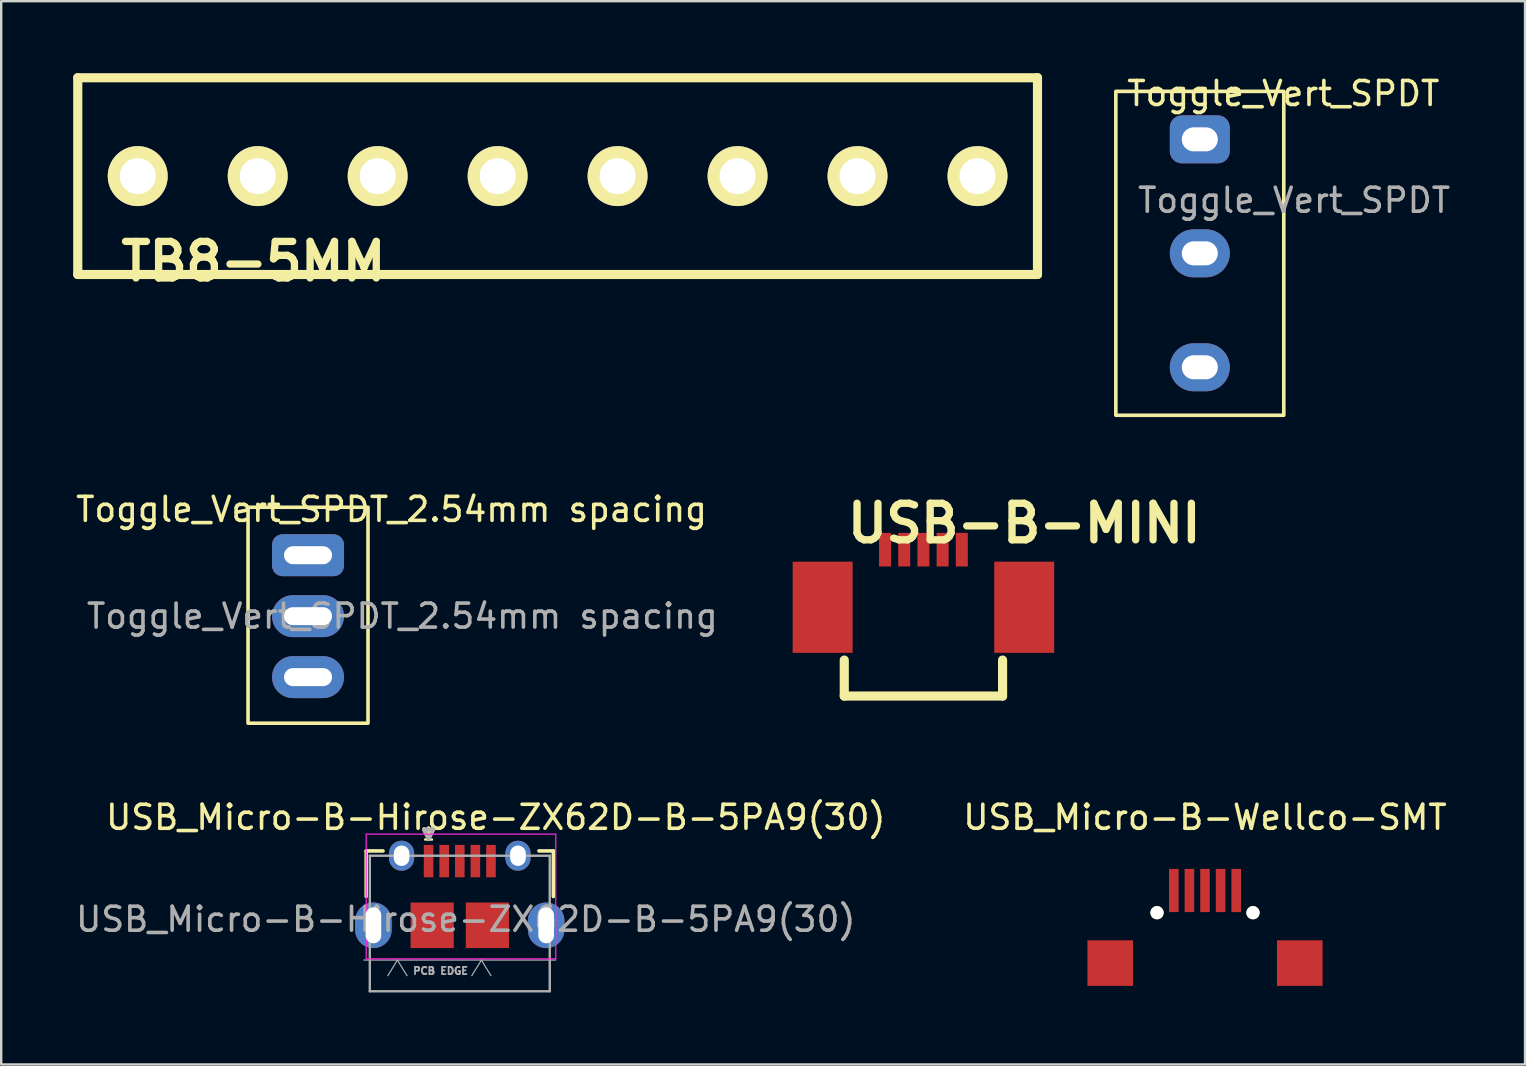
<source format=kicad_pcb>
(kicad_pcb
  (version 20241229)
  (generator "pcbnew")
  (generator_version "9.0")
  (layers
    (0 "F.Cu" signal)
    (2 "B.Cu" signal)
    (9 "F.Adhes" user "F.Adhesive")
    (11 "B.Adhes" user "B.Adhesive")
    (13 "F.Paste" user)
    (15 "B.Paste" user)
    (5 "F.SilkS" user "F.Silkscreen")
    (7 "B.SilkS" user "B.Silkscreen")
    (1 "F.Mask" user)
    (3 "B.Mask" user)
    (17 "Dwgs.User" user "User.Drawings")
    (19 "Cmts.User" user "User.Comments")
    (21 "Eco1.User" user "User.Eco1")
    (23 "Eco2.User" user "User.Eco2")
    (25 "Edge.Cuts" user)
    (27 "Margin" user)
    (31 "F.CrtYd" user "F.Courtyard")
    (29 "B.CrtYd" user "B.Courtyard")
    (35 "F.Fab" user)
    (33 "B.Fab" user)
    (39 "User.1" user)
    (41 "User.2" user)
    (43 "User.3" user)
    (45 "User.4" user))
  (footprint "USB_Micro-B-Wellco-SMT"
    (layer "F.Cu")
    (at 47.173 34.465)
    (property "Reference" "USB_Micro-B-Wellco-SMT" (at 0 -3.45 0) (layer "F.SilkS") (effects (font (size 1 1) (thickness 0.15))))
    (attr smd)
    (pad "" np_thru_hole circle (at -2 0.525 90) (size 0.55 0.55) (drill 0.55) (layers "*.Cu" "*.Mask" "F.SilkS"))
    (pad "" np_thru_hole circle (at 2 0.525 90) (size 0.55 0.55) (drill oval 0.55) (layers "*.Cu" "*.Mask" "F.SilkS"))
    (pad "1" smd rect (at -1.3 -0.4) (size 0.4 1.8) (layers "F.Cu" "F.Mask" "F.Paste"))
    (pad "2" smd rect (at -0.65 -0.4) (size 0.4 1.8) (layers "F.Cu" "F.Mask" "F.Paste"))
    (pad "3" smd rect (at 0 -0.4) (size 0.4 1.8) (layers "F.Cu" "F.Mask" "F.Paste"))
    (pad "4" smd rect (at 0.65 -0.4) (size 0.4 1.8) (layers "F.Cu" "F.Mask" "F.Paste"))
    (pad "5" smd rect (at 1.3 -0.4) (size 0.4 1.8) (layers "F.Cu" "F.Mask" "F.Paste"))
    (pad "6" smd rect (at 3.95 2.625 90) (size 1.9 1.9) (layers "F.Cu" "F.Mask" "F.Paste"))
    (pad "7" smd rect (at -3.95 2.625 90) (size 1.9 1.9) (layers "F.Cu" "F.Mask" "F.Paste")))
  (footprint "Toggle_Vert_SPDT_2.54mm spacing"
    (layer "F.Cu")
    (at 9.788 20.091)
    (property "Reference" "Toggle_Vert_SPDT_2.54mm spacing" (at 3.48 -1.91 180) (layer "F.SilkS") (effects (font (size 1 1) (thickness 0.15))))
    (attr through_hole)
    (fp_rect (start -2.5 -2) (end 2.5 7) (stroke (width 0.15) (type solid)) (fill no) (layer "F.SilkS"))
    (fp_text user "${REFERENCE}" (at 3.93 2.54 180) (layer "F.Fab") (effects (font (size 1 1) (thickness 0.15))))
    (pad "1" thru_hole roundrect (at 0 0 180) (size 3 1.75) (drill oval 2 0.75) (layers "*.Cu" "*.Mask") (roundrect_rratio 0.25))
    (pad "2" thru_hole oval (at 0 2.54 180) (size 3 1.75) (drill oval 2 0.75) (layers "*.Cu" "*.Mask"))
    (pad "3" thru_hole oval (at 0 5.08 180) (size 3 1.75) (drill oval 2 0.75) (layers "*.Cu" "*.Mask")))
  (footprint "USB_Micro-B-Hirose-ZX62D-B-5PA9(30)"
    (layer "F.Cu")
    (at 16.113 35.515)
    (property "Reference" "USB_Micro-B-Hirose-ZX62D-B-5PA9(30)" (at 1.5 -4.5 0) (layer "F.SilkS") (effects (font (size 1 1) (thickness 0.15))))
    (attr through_hole)
    (fp_line (start -3.9 -3.1) (end -3.9 -1.2) (stroke (width 0.15) (type solid)) (layer "F.SilkS"))
    (fp_line (start -3.9 -3.1) (end -3.2 -3.1) (stroke (width 0.15) (type solid)) (layer "F.SilkS"))
    (fp_line (start -1.5 -4) (end -1.3 -3.6) (stroke (width 0.15) (type solid)) (layer "F.SilkS"))
    (fp_line (start -1.3 -3.6) (end -1.1 -4) (stroke (width 0.15) (type solid)) (layer "F.SilkS"))
    (fp_line (start -1.1 -4) (end -1.5 -4) (stroke (width 0.15) (type solid)) (layer "F.SilkS"))
    (fp_line (start 3.3 -3.1) (end 3.9 -3.1) (stroke (width 0.15) (type solid)) (layer "F.SilkS"))
    (fp_line (start 3.9 -3.1) (end 3.9 -1.2) (stroke (width 0.15) (type solid)) (layer "F.SilkS"))
    (fp_line (start -3.9 -3.8) (end 4 -3.8) (stroke (width 0.05) (type solid)) (layer "F.CrtYd"))
    (fp_line (start -3.9 1.4) (end -3.9 -3.8) (stroke (width 0.05) (type solid)) (layer "F.CrtYd"))
    (fp_line (start 4 -3.8) (end 4 1.4) (stroke (width 0.05) (type solid)) (layer "F.CrtYd"))
    (fp_line (start 4 1.4) (end -3.9 1.4) (stroke (width 0.05) (type solid)) (layer "F.CrtYd"))
    (fp_line (start -4 1.45) (end 4 1.45) (stroke (width 0.05) (type solid)) (layer "F.Fab"))
    (fp_line (start -3.75 -2.9) (end 3.75 -2.9) (stroke (width 0.1) (type solid)) (layer "F.Fab"))
    (fp_line (start -3.75 2.75) (end -3.75 -2.9) (stroke (width 0.1) (type solid)) (layer "F.Fab"))
    (fp_line (start -3 2.1) (end -2.6 1.45) (stroke (width 0.05) (type solid)) (layer "F.Fab"))
    (fp_line (start -2.6 1.45) (end -2.2 2.1) (stroke (width 0.05) (type solid)) (layer "F.Fab"))
    (fp_line (start -1.5 -4) (end -1.1 -4) (stroke (width 0.15) (type solid)) (layer "F.Fab"))
    (fp_line (start -1.3 -3.6) (end -1.5 -4) (stroke (width 0.15) (type solid)) (layer "F.Fab"))
    (fp_line (start -1.1 -4) (end -1.3 -3.6) (stroke (width 0.15) (type solid)) (layer "F.Fab"))
    (fp_line (start 0.5 2.1) (end 0.9 1.45) (stroke (width 0.05) (type solid)) (layer "F.Fab"))
    (fp_line (start 0.9 1.45) (end 1.3 2.1) (stroke (width 0.05) (type solid)) (layer "F.Fab"))
    (fp_line (start 3.75 -2.9) (end 3.75 2.75) (stroke (width 0.1) (type solid)) (layer "F.Fab"))
    (fp_line (start 3.75 2.75) (end -3.75 2.75) (stroke (width 0.1) (type solid)) (layer "F.Fab"))
    (fp_text user "1" (at -1.3 -3.8 0) (layer "F.SilkS") (effects (font (size 0.5 0.5) (thickness 0.1))))
    (fp_text user "${REFERENCE}" (at 0.25 -0.25 0) (layer "F.Fab") (effects (font (size 1 1) (thickness 0.15))))
    (fp_text user "PCB EDGE" (at -0.8 1.9 0) (layer "F.Fab") (effects (font (size 0.3 0.3) (thickness 0.075))))
    (pad "" smd rect (at -1.15 0) (size 1.8 1.9) (layers "F.Cu" "F.Mask" "F.Paste"))
    (pad "" smd rect (at 1.15 0) (size 1.8 1.9) (layers "F.Cu" "F.Mask" "F.Paste"))
    (pad "1" smd rect (at -1.3 -2.675) (size 0.4 1.35) (layers "F.Cu" "F.Mask" "F.Paste"))
    (pad "2" smd rect (at -0.65 -2.675) (size 0.4 1.35) (layers "F.Cu" "F.Mask" "F.Paste"))
    (pad "3" smd rect (at 0 -2.675) (size 0.4 1.35) (layers "F.Cu" "F.Mask" "F.Paste"))
    (pad "4" smd rect (at 0.65 -2.675) (size 0.4 1.35) (layers "F.Cu" "F.Mask" "F.Paste"))
    (pad "5" smd rect (at 1.3 -2.675) (size 0.4 1.35) (layers "F.Cu" "F.Mask" "F.Paste"))
    (pad "6" thru_hole oval (at -3.6 0) (size 1.524 1.9) (drill oval 0.65 1.5) (layers "*.Cu" "*.Mask"))
    (pad "7" thru_hole oval (at -2.425 -2.9) (size 1.05 1.25) (drill oval 0.65 0.85) (layers "*.Cu" "*.Mask"))
    (pad "8" thru_hole oval (at 2.425 -2.9) (size 1.05 1.25) (drill oval 0.65 0.85) (layers "*.Cu" "*.Mask"))
    (pad "9" thru_hole oval (at 3.6 0) (size 1.524 1.9) (drill oval 0.65 1.5) (layers "*.Cu" "*.Mask")))
  (footprint "Toggle_Vert_SPDT"
    (layer "F.Cu")
    (at 46.956 2.758)
    (property "Reference" "Toggle_Vert_SPDT" (at 3.48 -1.91 180) (layer "F.SilkS") (effects (font (size 1 1) (thickness 0.15))))
    (attr through_hole)
    (fp_rect (start -3.5 -2) (end 3.5 11.5) (stroke (width 0.15) (type solid)) (fill no) (layer "F.SilkS"))
    (fp_text user "${REFERENCE}" (at 3.93 2.54 180) (layer "F.Fab") (effects (font (size 1 1) (thickness 0.15))))
    (pad "1" thru_hole roundrect (at 0 0 180) (size 2.5 2) (drill oval 1.5 1) (layers "*.Cu" "*.Mask") (roundrect_rratio 0.25))
    (pad "2" thru_hole oval (at 0 4.75 180) (size 2.5 2) (drill oval 1.5 1) (layers "*.Cu" "*.Mask"))
    (pad "3" thru_hole oval (at 0 9.5 180) (size 2.5 2) (drill oval 1.5 1) (layers "*.Cu" "*.Mask")))
  (footprint "USB-B-MINI"
    (layer "F.Cu")
    (at 35.437 25.961)
    (property "Reference" "USB-B-MINI" (at 4.201 -7.201 0) (layer "F.SilkS") (effects (font (size 1.524 1.524) (thickness 0.305))))
    (attr through_hole)
    (fp_line (start -3.299 0) (end -3.299 -1.501) (stroke (width 0.381) (type solid)) (layer "F.SilkS"))
    (fp_line (start -3.299 0) (end 3.299 0) (stroke (width 0.381) (type solid)) (layer "F.SilkS"))
    (fp_line (start 3.299 0) (end 3.299 -1.501) (stroke (width 0.381) (type solid)) (layer "F.SilkS"))
    (pad "1" smd rect (at -1.6 -6.101) (size 0.5 1.4) (layers "F.Cu" "F.Mask" "F.Paste"))
    (pad "2" smd rect (at -0.8 -6.101) (size 0.5 1.4) (layers "F.Cu" "F.Mask" "F.Paste"))
    (pad "3" smd rect (at 0 -6.101) (size 0.5 1.4) (layers "F.Cu" "F.Mask" "F.Paste"))
    (pad "4" smd rect (at 1.6 -6.101) (size 0.5 1.4) (layers "F.Cu" "F.Mask" "F.Paste"))
    (pad "G1" smd rect (at -4.201 -3.701) (size 2.499 3.8) (layers "F.Cu" "F.Mask" "F.Paste"))
    (pad "G2" smd rect (at 4.201 -3.701) (size 2.499 3.8) (layers "F.Cu" "F.Mask" "F.Paste"))
    (pad "NC" smd rect (at 0.8 -6.101) (size 0.5 1.4) (layers "F.Cu" "F.Mask" "F.Paste")))
  (footprint "TB8-5MM"
    (layer "F.Cu")
    (at 2.69 4.29)
    (property "Reference" "TB8-5MM" (at 4.826 3.556 0) (layer "F.SilkS") (effects (font (size 1.524 1.524) (thickness 0.305))))
    (attr through_hole)
    (fp_line (start -2.499 -4.1) (end 37.501 -4.1) (stroke (width 0.381) (type solid)) (layer "F.SilkS"))
    (fp_line (start -2.499 4.1) (end -2.499 -4.1) (stroke (width 0.381) (type solid)) (layer "F.SilkS"))
    (fp_line (start 37.501 -4.1) (end 37.501 4.1) (stroke (width 0.381) (type solid)) (layer "F.SilkS"))
    (fp_line (start 37.501 4.1) (end -2.499 4.1) (stroke (width 0.381) (type solid)) (layer "F.SilkS"))
    (pad "1" thru_hole circle (at 0 0) (size 2.499 2.499) (drill 1.501) (layers "*.Cu" "*.Mask" "F.SilkS"))
    (pad "2" thru_hole circle (at 5.001 0) (size 2.499 2.499) (drill 1.501) (layers "*.Cu" "*.Mask" "F.SilkS"))
    (pad "3" thru_hole circle (at 10 0) (size 2.499 2.499) (drill 1.501) (layers "*.Cu" "*.Mask" "F.SilkS"))
    (pad "4" thru_hole circle (at 15.001 0) (size 2.499 2.499) (drill 1.501) (layers "*.Cu" "*.Mask" "F.SilkS"))
    (pad "5" thru_hole circle (at 20 0) (size 2.499 2.499) (drill 1.501) (layers "*.Cu" "*.Mask" "F.SilkS"))
    (pad "6" thru_hole circle (at 25.001 0) (size 2.499 2.499) (drill 1.501) (layers "*.Cu" "*.Mask" "F.SilkS"))
    (pad "7" thru_hole circle (at 30 0) (size 2.499 2.499) (drill 1.501) (layers "*.Cu" "*.Mask" "F.SilkS"))
    (pad "8" thru_hole circle (at 35.001 0) (size 2.499 2.499) (drill 1.501) (layers "*.Cu" "*.Mask" "F.SilkS")))
  (gr_rect
    (start -3 -3)
    (end 60.511 41.315)
    (stroke (width 0.1) (type default))
    (fill no)
    (layer "Edge.Cuts")))
</source>
